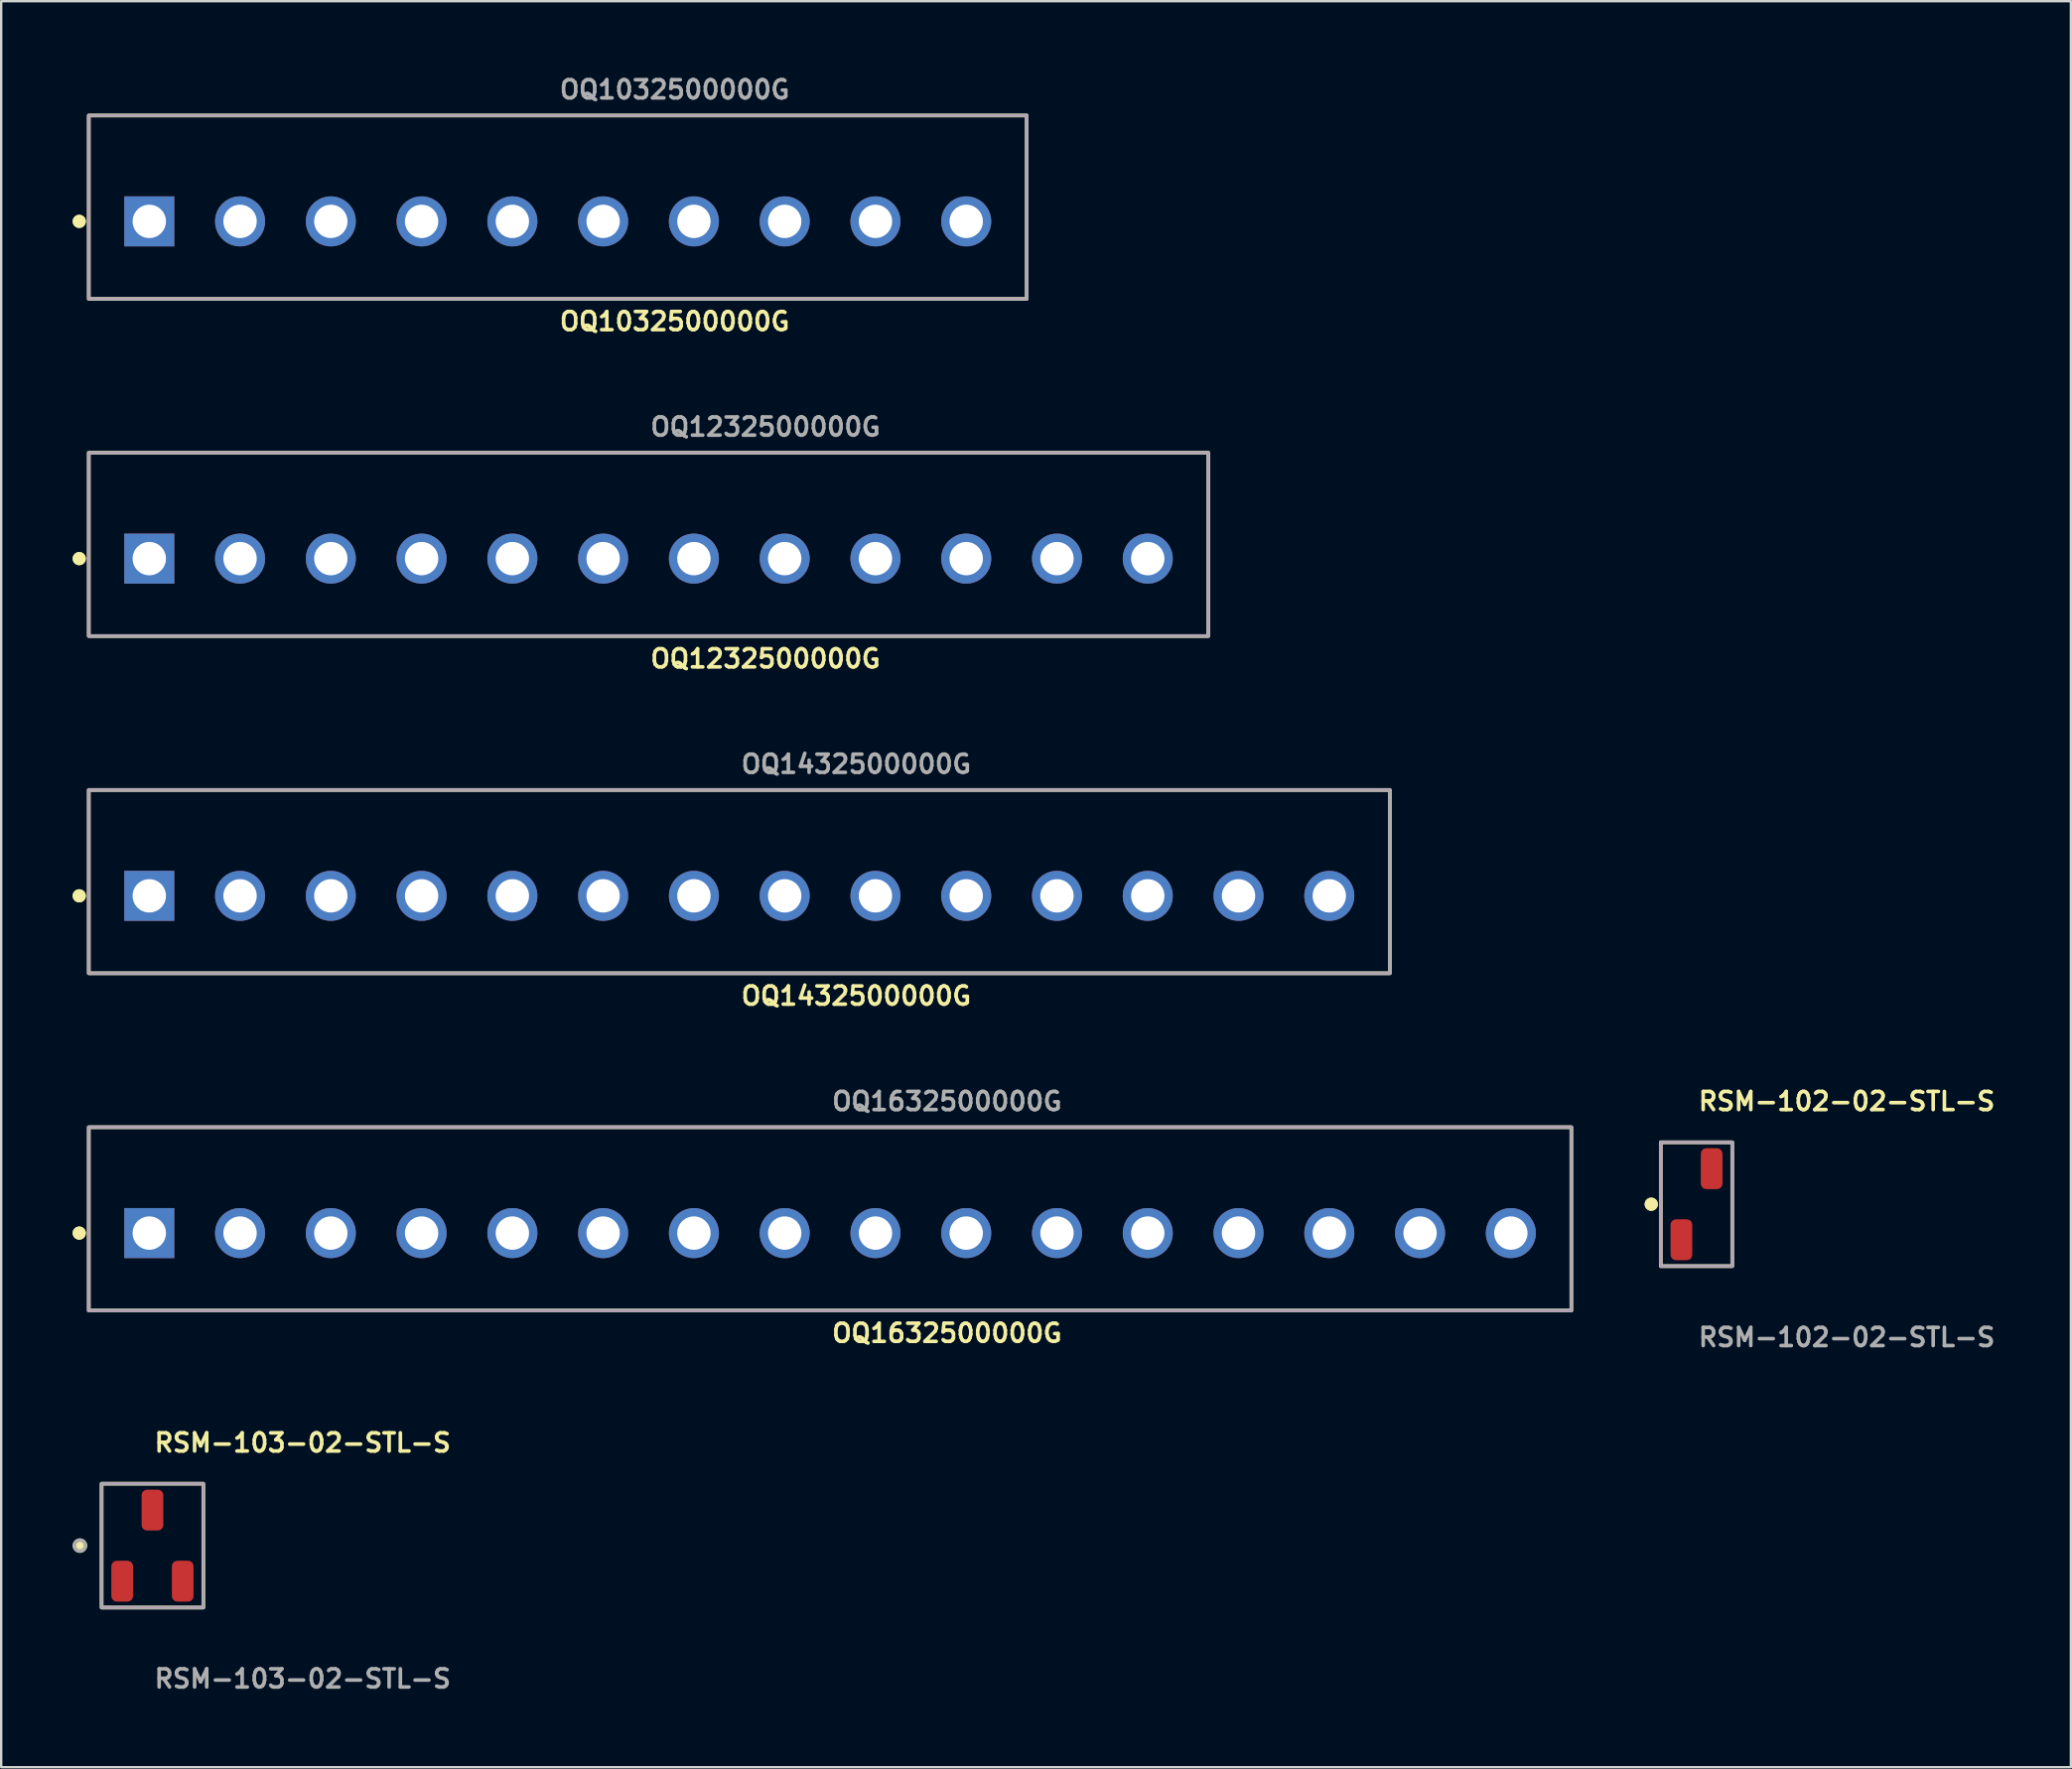
<source format=kicad_pcb>
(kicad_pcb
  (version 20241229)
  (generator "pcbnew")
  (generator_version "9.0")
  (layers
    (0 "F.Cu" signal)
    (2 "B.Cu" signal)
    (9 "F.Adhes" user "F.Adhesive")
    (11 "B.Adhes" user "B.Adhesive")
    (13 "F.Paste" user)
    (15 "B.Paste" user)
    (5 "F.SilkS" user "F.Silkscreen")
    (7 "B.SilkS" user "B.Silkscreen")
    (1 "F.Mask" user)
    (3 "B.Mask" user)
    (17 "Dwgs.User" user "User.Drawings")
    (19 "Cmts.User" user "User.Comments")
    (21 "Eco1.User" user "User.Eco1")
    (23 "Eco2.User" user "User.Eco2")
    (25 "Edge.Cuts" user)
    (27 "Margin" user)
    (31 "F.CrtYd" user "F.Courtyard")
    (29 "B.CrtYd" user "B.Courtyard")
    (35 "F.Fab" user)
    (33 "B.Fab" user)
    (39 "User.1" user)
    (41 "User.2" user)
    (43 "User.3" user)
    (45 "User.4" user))
  (footprint "RSM-102-02-STL-S"
    (layer "F.Cu")
    (at 68.159 47.501)
    (property "Reference" "RSM-102-02-STL-S" (at 0 -4.318 0) (unlocked yes) (layer "F.SilkS") (effects (font (size 0.762 0.762) (thickness 0.152)) (justify left)))
    (fp_rect (start -1.5 2.6) (end 1.5 -2.6) (stroke (width 0.152) (type solid)) (fill no) (layer "F.SilkS"))
    (fp_circle (center -1.9 0) (end -2.1 0) (stroke (width 0.152) (type solid)) (fill yes) (layer "F.SilkS"))
    (fp_circle (center -1.9 0) (end -2.1 0) (stroke (width 0.152) (type solid)) (fill yes) (layer "F.SilkS"))
    (fp_rect (start -1.5 2.6) (end 1.5 -2.6) (stroke (width 0.006) (type solid)) (fill no) (layer "F.CrtYd"))
    (fp_rect (start -1.5 2.6) (end 1.5 -2.6) (stroke (width 0.152) (type solid)) (fill no) (layer "F.Fab"))
    (fp_text user "${REFERENCE}" (at 0 5.588 0) (unlocked yes) (layer "F.Fab") (effects (font (size 0.762 0.762) (thickness 0.152)) (justify left)))
    (pad "1" smd roundrect (at -0.635 1.492) (size 0.91 1.715) (layers "F.Cu" "F.Paste") (roundrect_rratio 0.25))
    (pad "2" smd roundrect (at 0.635 -1.492) (size 0.91 1.715) (layers "F.Cu" "F.Paste") (roundrect_rratio 0.25)))
  (footprint "OQ1232500000G"
    (layer "F.Cu")
    (at 24.171 20.4)
    (property "Reference" "OQ1232500000G" (at 0 4.2 0) (unlocked yes) (layer "F.SilkS") (effects (font (size 0.762 0.762) (thickness 0.152)) (justify left)))
    (fp_rect (start -23.495 3.251) (end 23.495 -4.445) (stroke (width 0.152) (type solid)) (fill no) (layer "F.SilkS"))
    (fp_circle (center -23.895 0) (end -24.095 0) (stroke (width 0.152) (type solid)) (fill yes) (layer "F.SilkS"))
    (fp_circle (center -23.895 0) (end -24.095 0) (stroke (width 0.152) (type solid)) (fill yes) (layer "F.SilkS"))
    (fp_rect (start -23.495 3.251) (end 23.495 -4.445) (stroke (width 0.006) (type solid)) (fill no) (layer "F.CrtYd"))
    (fp_rect (start -23.495 3.251) (end 23.495 -4.445) (stroke (width 0.152) (type solid)) (fill no) (layer "F.Fab"))
    (fp_text user "${REFERENCE}" (at 0 -5.53 0) (unlocked yes) (layer "F.Fab") (effects (font (size 0.762 0.762) (thickness 0.152)) (justify left)))
    (pad "1" thru_hole rect (at -20.955 0) (size 2.1 2.1) (drill 1.4) (layers "*.Cu" "*.Mask"))
    (pad "2" thru_hole circle (at -17.145 0) (size 2.1 2.1) (drill 1.4) (layers "*.Cu" "*.Mask"))
    (pad "3" thru_hole circle (at -13.335 0) (size 2.1 2.1) (drill 1.4) (layers "*.Cu" "*.Mask"))
    (pad "4" thru_hole circle (at -9.525 0) (size 2.1 2.1) (drill 1.4) (layers "*.Cu" "*.Mask"))
    (pad "5" thru_hole circle (at -5.715 0) (size 2.1 2.1) (drill 1.4) (layers "*.Cu" "*.Mask"))
    (pad "6" thru_hole circle (at -1.905 0) (size 2.1 2.1) (drill 1.4) (layers "*.Cu" "*.Mask"))
    (pad "7" thru_hole circle (at 1.905 0) (size 2.1 2.1) (drill 1.4) (layers "*.Cu" "*.Mask"))
    (pad "8" thru_hole circle (at 5.715 0) (size 2.1 2.1) (drill 1.4) (layers "*.Cu" "*.Mask"))
    (pad "9" thru_hole circle (at 9.525 0) (size 2.1 2.1) (drill 1.4) (layers "*.Cu" "*.Mask"))
    (pad "10" thru_hole circle (at 13.335 0) (size 2.1 2.1) (drill 1.4) (layers "*.Cu" "*.Mask"))
    (pad "11" thru_hole circle (at 17.145 0) (size 2.1 2.1) (drill 1.4) (layers "*.Cu" "*.Mask"))
    (pad "12" thru_hole circle (at 20.955 0) (size 2.1 2.1) (drill 1.4) (layers "*.Cu" "*.Mask")))
  (footprint "OQ1432500000G"
    (layer "F.Cu")
    (at 27.981 34.556)
    (property "Reference" "OQ1432500000G" (at 0 4.2 0) (unlocked yes) (layer "F.SilkS") (effects (font (size 0.762 0.762) (thickness 0.152)) (justify left)))
    (fp_rect (start -27.305 3.251) (end 27.305 -4.445) (stroke (width 0.152) (type solid)) (fill no) (layer "F.SilkS"))
    (fp_circle (center -27.705 0) (end -27.905 0) (stroke (width 0.152) (type solid)) (fill yes) (layer "F.SilkS"))
    (fp_circle (center -27.705 0) (end -27.905 0) (stroke (width 0.152) (type solid)) (fill yes) (layer "F.SilkS"))
    (fp_rect (start -27.305 3.251) (end 27.305 -4.445) (stroke (width 0.006) (type solid)) (fill no) (layer "F.CrtYd"))
    (fp_rect (start -27.305 3.251) (end 27.305 -4.445) (stroke (width 0.152) (type solid)) (fill no) (layer "F.Fab"))
    (fp_text user "${REFERENCE}" (at 0 -5.53 0) (unlocked yes) (layer "F.Fab") (effects (font (size 0.762 0.762) (thickness 0.152)) (justify left)))
    (pad "1" thru_hole rect (at -24.765 0) (size 2.1 2.1) (drill 1.4) (layers "*.Cu" "*.Mask"))
    (pad "2" thru_hole circle (at -20.955 0) (size 2.1 2.1) (drill 1.4) (layers "*.Cu" "*.Mask"))
    (pad "3" thru_hole circle (at -17.145 0) (size 2.1 2.1) (drill 1.4) (layers "*.Cu" "*.Mask"))
    (pad "4" thru_hole circle (at -13.335 0) (size 2.1 2.1) (drill 1.4) (layers "*.Cu" "*.Mask"))
    (pad "5" thru_hole circle (at -9.525 0) (size 2.1 2.1) (drill 1.4) (layers "*.Cu" "*.Mask"))
    (pad "6" thru_hole circle (at -5.715 0) (size 2.1 2.1) (drill 1.4) (layers "*.Cu" "*.Mask"))
    (pad "7" thru_hole circle (at -1.905 0) (size 2.1 2.1) (drill 1.4) (layers "*.Cu" "*.Mask"))
    (pad "8" thru_hole circle (at 1.905 0) (size 2.1 2.1) (drill 1.4) (layers "*.Cu" "*.Mask"))
    (pad "9" thru_hole circle (at 5.715 0) (size 2.1 2.1) (drill 1.4) (layers "*.Cu" "*.Mask"))
    (pad "10" thru_hole circle (at 9.525 0) (size 2.1 2.1) (drill 1.4) (layers "*.Cu" "*.Mask"))
    (pad "11" thru_hole circle (at 13.335 0) (size 2.1 2.1) (drill 1.4) (layers "*.Cu" "*.Mask"))
    (pad "12" thru_hole circle (at 17.145 0) (size 2.1 2.1) (drill 1.4) (layers "*.Cu" "*.Mask"))
    (pad "13" thru_hole circle (at 20.955 0) (size 2.1 2.1) (drill 1.4) (layers "*.Cu" "*.Mask"))
    (pad "14" thru_hole circle (at 24.765 0) (size 2.1 2.1) (drill 1.4) (layers "*.Cu" "*.Mask")))
  (footprint "RSM-103-02-STL-S"
    (layer "F.Cu")
    (at 3.349 61.833)
    (property "Reference" "RSM-103-02-STL-S" (at 0 -4.318 0) (unlocked yes) (layer "F.SilkS") (effects (font (size 0.762 0.762) (thickness 0.152)) (justify left)))
    (fp_rect (start -2.135 2.6) (end 2.135 -2.6) (stroke (width 0.152) (type solid)) (fill no) (layer "F.SilkS"))
    (fp_circle (center -3.045 0) (end -3.272 0) (stroke (width 0.152) (type solid)) (fill yes) (layer "F.SilkS"))
    (fp_rect (start -2.135 2.6) (end 2.135 -2.6) (stroke (width 0.006) (type solid)) (fill no) (layer "F.CrtYd"))
    (fp_rect (start -2.135 2.6) (end 2.135 -2.6) (stroke (width 0.152) (type solid)) (fill no) (layer "F.Fab"))
    (fp_circle (center -3.045 0) (end -3.272 0) (stroke (width 0.152) (type solid)) (fill no) (layer "F.Fab"))
    (fp_text user "${REFERENCE}" (at 0 5.588 0) (unlocked yes) (layer "F.Fab") (effects (font (size 0.762 0.762) (thickness 0.152)) (justify left)))
    (pad "1" smd roundrect (at -1.27 1.492) (size 0.91 1.715) (layers "F.Cu" "F.Paste") (roundrect_rratio 0.25))
    (pad "2" smd roundrect (at 0 -1.492) (size 0.91 1.715) (layers "F.Cu" "F.Paste") (roundrect_rratio 0.25))
    (pad "3" smd roundrect (at 1.27 1.492) (size 0.91 1.715) (layers "F.Cu" "F.Paste") (roundrect_rratio 0.25)))
  (footprint "OQ1632500000G"
    (layer "F.Cu")
    (at 31.791 48.713)
    (property "Reference" "OQ1632500000G" (at 0 4.2 0) (unlocked yes) (layer "F.SilkS") (effects (font (size 0.762 0.762) (thickness 0.152)) (justify left)))
    (fp_rect (start -31.115 3.251) (end 31.115 -4.445) (stroke (width 0.152) (type solid)) (fill no) (layer "F.SilkS"))
    (fp_circle (center -31.515 0) (end -31.715 0) (stroke (width 0.152) (type solid)) (fill yes) (layer "F.SilkS"))
    (fp_circle (center -31.515 0) (end -31.715 0) (stroke (width 0.152) (type solid)) (fill yes) (layer "F.SilkS"))
    (fp_rect (start -31.115 3.251) (end 31.115 -4.445) (stroke (width 0.006) (type solid)) (fill no) (layer "F.CrtYd"))
    (fp_rect (start -31.115 3.251) (end 31.115 -4.445) (stroke (width 0.152) (type solid)) (fill no) (layer "F.Fab"))
    (fp_text user "${REFERENCE}" (at 0 -5.53 0) (unlocked yes) (layer "F.Fab") (effects (font (size 0.762 0.762) (thickness 0.152)) (justify left)))
    (pad "1" thru_hole rect (at -28.575 0) (size 2.1 2.1) (drill 1.4) (layers "*.Cu" "*.Mask"))
    (pad "2" thru_hole circle (at -24.765 0) (size 2.1 2.1) (drill 1.4) (layers "*.Cu" "*.Mask"))
    (pad "3" thru_hole circle (at -20.955 0) (size 2.1 2.1) (drill 1.4) (layers "*.Cu" "*.Mask"))
    (pad "4" thru_hole circle (at -17.145 0) (size 2.1 2.1) (drill 1.4) (layers "*.Cu" "*.Mask"))
    (pad "5" thru_hole circle (at -13.335 0) (size 2.1 2.1) (drill 1.4) (layers "*.Cu" "*.Mask"))
    (pad "6" thru_hole circle (at -9.525 0) (size 2.1 2.1) (drill 1.4) (layers "*.Cu" "*.Mask"))
    (pad "7" thru_hole circle (at -5.715 0) (size 2.1 2.1) (drill 1.4) (layers "*.Cu" "*.Mask"))
    (pad "8" thru_hole circle (at -1.905 0) (size 2.1 2.1) (drill 1.4) (layers "*.Cu" "*.Mask"))
    (pad "9" thru_hole circle (at 1.905 0) (size 2.1 2.1) (drill 1.4) (layers "*.Cu" "*.Mask"))
    (pad "10" thru_hole circle (at 5.715 0) (size 2.1 2.1) (drill 1.4) (layers "*.Cu" "*.Mask"))
    (pad "11" thru_hole circle (at 9.525 0) (size 2.1 2.1) (drill 1.4) (layers "*.Cu" "*.Mask"))
    (pad "12" thru_hole circle (at 13.335 0) (size 2.1 2.1) (drill 1.4) (layers "*.Cu" "*.Mask"))
    (pad "13" thru_hole circle (at 17.145 0) (size 2.1 2.1) (drill 1.4) (layers "*.Cu" "*.Mask"))
    (pad "14" thru_hole circle (at 20.955 0) (size 2.1 2.1) (drill 1.4) (layers "*.Cu" "*.Mask"))
    (pad "15" thru_hole circle (at 24.765 0) (size 2.1 2.1) (drill 1.4) (layers "*.Cu" "*.Mask"))
    (pad "16" thru_hole circle (at 28.575 0) (size 2.1 2.1) (drill 1.4) (layers "*.Cu" "*.Mask")))
  (footprint "OQ1032500000G"
    (layer "F.Cu")
    (at 20.361 6.243)
    (property "Reference" "OQ1032500000G" (at 0 4.2 0) (unlocked yes) (layer "F.SilkS") (effects (font (size 0.762 0.762) (thickness 0.152)) (justify left)))
    (fp_rect (start -19.685 3.251) (end 19.685 -4.445) (stroke (width 0.152) (type solid)) (fill no) (layer "F.SilkS"))
    (fp_circle (center -20.085 0) (end -20.285 0) (stroke (width 0.152) (type solid)) (fill yes) (layer "F.SilkS"))
    (fp_circle (center -20.085 0) (end -20.285 0) (stroke (width 0.152) (type solid)) (fill yes) (layer "F.SilkS"))
    (fp_rect (start -19.685 3.251) (end 19.685 -4.445) (stroke (width 0.006) (type solid)) (fill no) (layer "F.CrtYd"))
    (fp_rect (start -19.685 3.251) (end 19.685 -4.445) (stroke (width 0.152) (type solid)) (fill no) (layer "F.Fab"))
    (fp_text user "${REFERENCE}" (at 0 -5.53 0) (unlocked yes) (layer "F.Fab") (effects (font (size 0.762 0.762) (thickness 0.152)) (justify left)))
    (pad "1" thru_hole rect (at -17.145 0) (size 2.1 2.1) (drill 1.4) (layers "*.Cu" "*.Mask"))
    (pad "2" thru_hole circle (at -13.335 0) (size 2.1 2.1) (drill 1.4) (layers "*.Cu" "*.Mask"))
    (pad "3" thru_hole circle (at -9.525 0) (size 2.1 2.1) (drill 1.4) (layers "*.Cu" "*.Mask"))
    (pad "4" thru_hole circle (at -5.715 0) (size 2.1 2.1) (drill 1.4) (layers "*.Cu" "*.Mask"))
    (pad "5" thru_hole circle (at -1.905 0) (size 2.1 2.1) (drill 1.4) (layers "*.Cu" "*.Mask"))
    (pad "6" thru_hole circle (at 1.905 0) (size 2.1 2.1) (drill 1.4) (layers "*.Cu" "*.Mask"))
    (pad "7" thru_hole circle (at 5.715 0) (size 2.1 2.1) (drill 1.4) (layers "*.Cu" "*.Mask"))
    (pad "8" thru_hole circle (at 9.525 0) (size 2.1 2.1) (drill 1.4) (layers "*.Cu" "*.Mask"))
    (pad "9" thru_hole circle (at 13.335 0) (size 2.1 2.1) (drill 1.4) (layers "*.Cu" "*.Mask"))
    (pad "10" thru_hole circle (at 17.145 0) (size 2.1 2.1) (drill 1.4) (layers "*.Cu" "*.Mask")))
  (gr_rect
    (start -3 -3)
    (end 83.873 71.134)
    (stroke (width 0.1) (type default))
    (fill no)
    (layer "Edge.Cuts")))
</source>
